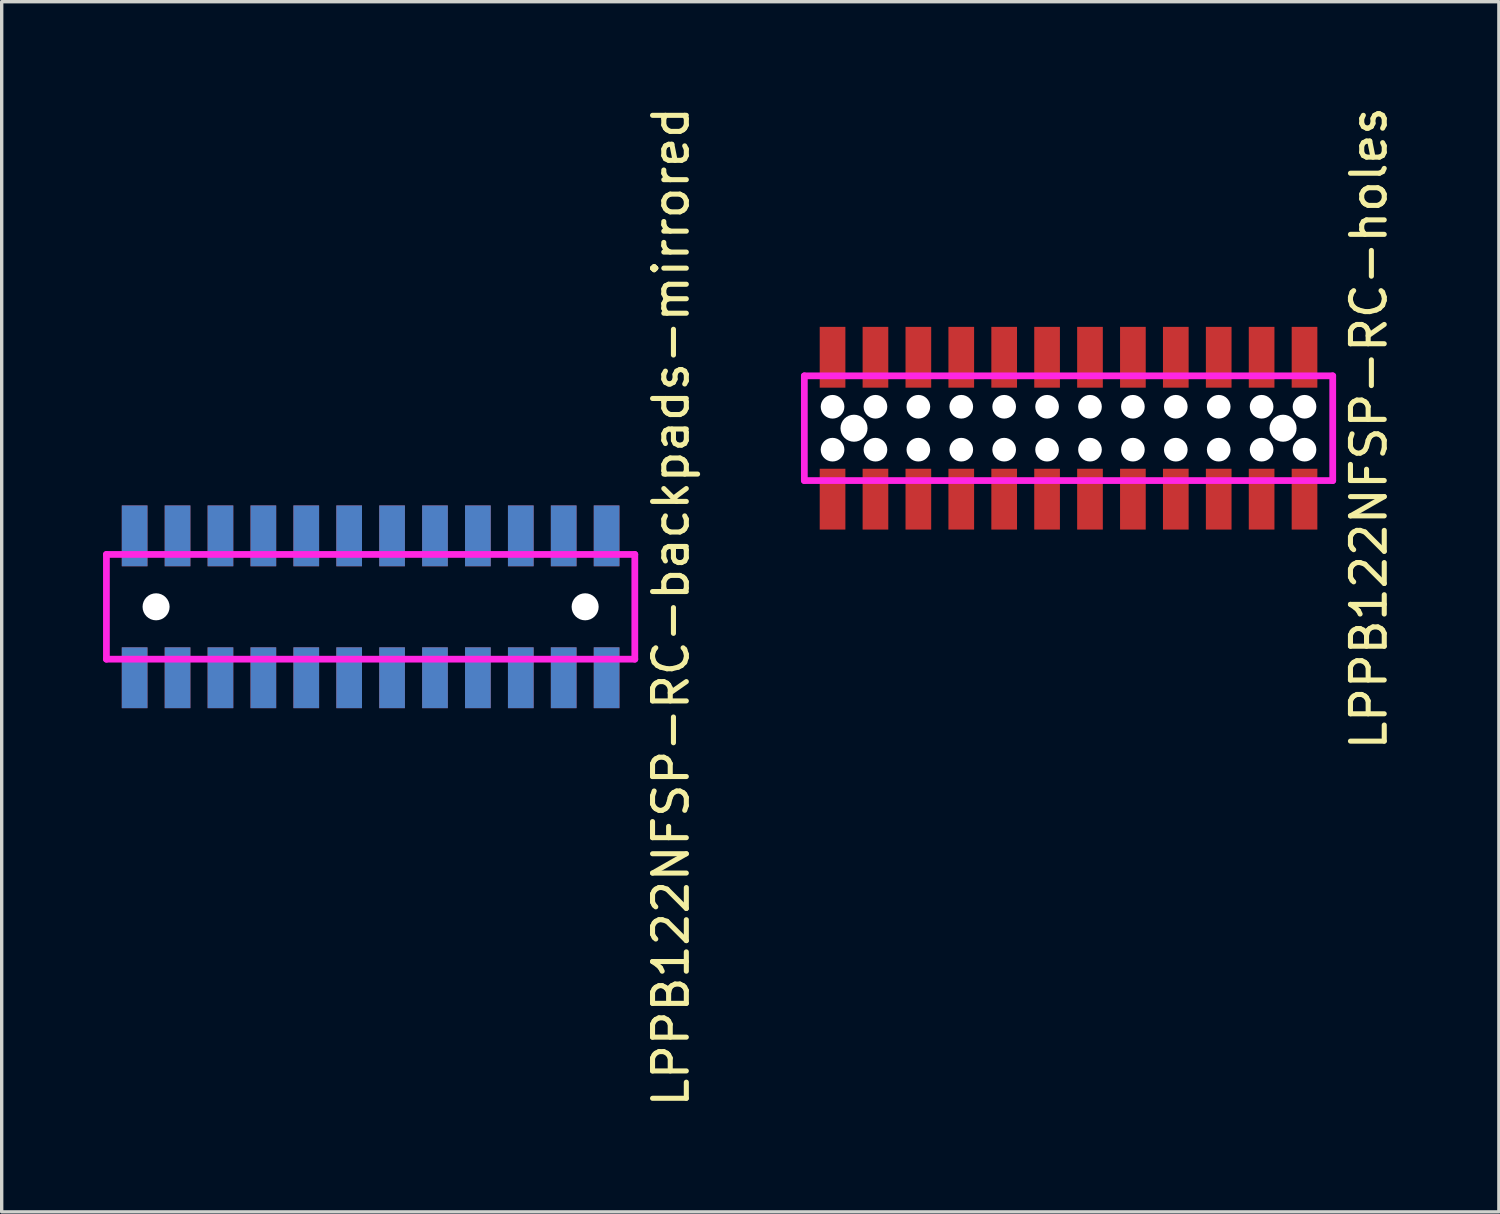
<source format=kicad_pcb>
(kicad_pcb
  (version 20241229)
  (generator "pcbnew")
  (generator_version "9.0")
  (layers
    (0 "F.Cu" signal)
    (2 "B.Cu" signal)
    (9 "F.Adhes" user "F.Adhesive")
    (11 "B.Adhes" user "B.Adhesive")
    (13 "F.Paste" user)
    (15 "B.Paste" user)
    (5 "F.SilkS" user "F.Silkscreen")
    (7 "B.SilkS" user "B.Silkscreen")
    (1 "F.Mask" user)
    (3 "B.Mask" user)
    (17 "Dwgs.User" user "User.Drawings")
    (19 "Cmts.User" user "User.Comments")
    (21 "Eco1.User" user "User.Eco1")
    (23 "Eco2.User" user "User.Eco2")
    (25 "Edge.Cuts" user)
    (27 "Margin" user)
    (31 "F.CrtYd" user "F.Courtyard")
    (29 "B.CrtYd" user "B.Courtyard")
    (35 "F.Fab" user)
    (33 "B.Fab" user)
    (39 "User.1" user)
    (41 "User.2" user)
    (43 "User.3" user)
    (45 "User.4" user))
  (footprint "LPPB122NFSP-RC-backpads-mirrored"
    (layer "F.Cu")
    (at 7.92 14.911)
    (property "Reference" "LPPB122NFSP-RC-backpads-mirrored" (at 8.89 0 90) (layer "F.SilkS") (effects (font (size 1 1) (thickness 0.15))))
    (attr through_hole)
    (fp_line (start -7.82 -1.55) (end 7.82 -1.55) (stroke (width 0.2) (type solid)) (layer "F.CrtYd"))
    (fp_line (start -7.82 1.55) (end -7.82 -1.55) (stroke (width 0.2) (type solid)) (layer "F.CrtYd"))
    (fp_line (start 7.82 -1.55) (end 7.82 1.55) (stroke (width 0.2) (type solid)) (layer "F.CrtYd"))
    (fp_line (start 7.82 1.55) (end -7.82 1.55) (stroke (width 0.2) (type solid)) (layer "F.CrtYd"))
    (pad "" smd rect (at -6.985 -2.1) (size 0.76 1.8) (layers "B.Cu" "B.Mask" "B.Paste"))
    (pad "" smd rect (at -6.985 2.1) (size 0.76 1.8) (layers "B.Cu" "B.Mask" "B.Paste"))
    (pad "" np_thru_hole circle (at -6.35 0) (size 0.8 0.8) (drill 0.8) (layers "*.Cu"))
    (pad "" smd rect (at -5.715 -2.1) (size 0.76 1.8) (layers "B.Cu" "B.Mask" "B.Paste"))
    (pad "" smd rect (at -5.715 2.1) (size 0.76 1.8) (layers "B.Cu" "B.Mask" "B.Paste"))
    (pad "" smd rect (at -4.445 -2.1) (size 0.76 1.8) (layers "B.Cu" "B.Mask" "B.Paste"))
    (pad "" smd rect (at -4.445 2.1) (size 0.76 1.8) (layers "B.Cu" "B.Mask" "B.Paste"))
    (pad "" smd rect (at -3.175 -2.1) (size 0.76 1.8) (layers "B.Cu" "B.Mask" "B.Paste"))
    (pad "" smd rect (at -3.175 2.1) (size 0.76 1.8) (layers "B.Cu" "B.Mask" "B.Paste"))
    (pad "" smd rect (at -1.905 -2.1) (size 0.76 1.8) (layers "B.Cu" "B.Mask" "B.Paste"))
    (pad "" smd rect (at -1.905 2.1) (size 0.76 1.8) (layers "B.Cu" "B.Mask" "B.Paste"))
    (pad "" smd rect (at -0.635 -2.1) (size 0.76 1.8) (layers "B.Cu" "B.Mask" "B.Paste"))
    (pad "" smd rect (at -0.635 2.1) (size 0.76 1.8) (layers "B.Cu" "B.Mask" "B.Paste"))
    (pad "" smd rect (at 0.635 -2.1) (size 0.76 1.8) (layers "B.Cu" "B.Mask" "B.Paste"))
    (pad "" smd rect (at 0.635 2.1) (size 0.76 1.8) (layers "B.Cu" "B.Mask" "B.Paste"))
    (pad "" smd rect (at 1.905 -2.1) (size 0.76 1.8) (layers "B.Cu" "B.Mask" "B.Paste"))
    (pad "" smd rect (at 1.905 2.1) (size 0.76 1.8) (layers "B.Cu" "B.Mask" "B.Paste"))
    (pad "" smd rect (at 3.175 -2.1) (size 0.76 1.8) (layers "B.Cu" "B.Mask" "B.Paste"))
    (pad "" smd rect (at 3.175 2.1) (size 0.76 1.8) (layers "B.Cu" "B.Mask" "B.Paste"))
    (pad "" smd rect (at 4.445 -2.1) (size 0.76 1.8) (layers "B.Cu" "B.Mask" "B.Paste"))
    (pad "" smd rect (at 4.445 2.1) (size 0.76 1.8) (layers "B.Cu" "B.Mask" "B.Paste"))
    (pad "" smd rect (at 5.715 -2.1) (size 0.76 1.8) (layers "B.Cu" "B.Mask" "B.Paste"))
    (pad "" smd rect (at 5.715 2.1) (size 0.76 1.8) (layers "B.Cu" "B.Mask" "B.Paste"))
    (pad "" np_thru_hole circle (at 6.35 0) (size 0.8 0.8) (drill 0.8) (layers "*.Cu"))
    (pad "" smd rect (at 6.985 -2.1) (size 0.76 1.8) (layers "B.Cu" "B.Mask" "B.Paste"))
    (pad "" smd rect (at 6.985 2.1) (size 0.76 1.8) (layers "B.Cu" "B.Mask" "B.Paste"))
    (pad "1" smd rect (at -6.985 -2.1) (size 0.76 1.8) (layers "F.Cu" "F.Mask" "F.Paste"))
    (pad "2" smd rect (at -6.985 2.1) (size 0.76 1.8) (layers "F.Cu" "F.Mask" "F.Paste"))
    (pad "3" smd rect (at -5.715 -2.1) (size 0.76 1.8) (layers "F.Cu" "F.Mask" "F.Paste"))
    (pad "4" smd rect (at -5.715 2.1) (size 0.76 1.8) (layers "F.Cu" "F.Mask" "F.Paste"))
    (pad "5" smd rect (at -4.445 -2.1) (size 0.76 1.8) (layers "F.Cu" "F.Mask" "F.Paste"))
    (pad "6" smd rect (at -4.445 2.1) (size 0.76 1.8) (layers "F.Cu" "F.Mask" "F.Paste"))
    (pad "7" smd rect (at -3.175 -2.1) (size 0.76 1.8) (layers "F.Cu" "F.Mask" "F.Paste"))
    (pad "8" smd rect (at -3.175 2.1) (size 0.76 1.8) (layers "F.Cu" "F.Mask" "F.Paste"))
    (pad "9" smd rect (at -1.905 -2.1) (size 0.76 1.8) (layers "F.Cu" "F.Mask" "F.Paste"))
    (pad "10" smd rect (at -1.905 2.1) (size 0.76 1.8) (layers "F.Cu" "F.Mask" "F.Paste"))
    (pad "11" smd rect (at -0.635 -2.1) (size 0.76 1.8) (layers "F.Cu" "F.Mask" "F.Paste"))
    (pad "12" smd rect (at -0.635 2.1) (size 0.76 1.8) (layers "F.Cu" "F.Mask" "F.Paste"))
    (pad "13" smd rect (at 0.635 -2.1) (size 0.76 1.8) (layers "F.Cu" "F.Mask" "F.Paste"))
    (pad "14" smd rect (at 0.635 2.1) (size 0.76 1.8) (layers "F.Cu" "F.Mask" "F.Paste"))
    (pad "15" smd rect (at 1.905 -2.1) (size 0.76 1.8) (layers "F.Cu" "F.Mask" "F.Paste"))
    (pad "16" smd rect (at 1.905 2.1) (size 0.76 1.8) (layers "F.Cu" "F.Mask" "F.Paste"))
    (pad "17" smd rect (at 3.175 -2.1) (size 0.76 1.8) (layers "F.Cu" "F.Mask" "F.Paste"))
    (pad "18" smd rect (at 3.175 2.1) (size 0.76 1.8) (layers "F.Cu" "F.Mask" "F.Paste"))
    (pad "19" smd rect (at 4.445 -2.1) (size 0.76 1.8) (layers "F.Cu" "F.Mask" "F.Paste"))
    (pad "20" smd rect (at 4.445 2.1) (size 0.76 1.8) (layers "F.Cu" "F.Mask" "F.Paste"))
    (pad "21" smd rect (at 5.715 -2.1) (size 0.76 1.8) (layers "F.Cu" "F.Mask" "F.Paste"))
    (pad "22" smd rect (at 5.715 2.1) (size 0.76 1.8) (layers "F.Cu" "F.Mask" "F.Paste"))
    (pad "23" smd rect (at 6.985 -2.1) (size 0.76 1.8) (layers "F.Cu" "F.Mask" "F.Paste"))
    (pad "24" smd rect (at 6.985 2.1) (size 0.76 1.8) (layers "F.Cu" "F.Mask" "F.Paste")))
  (footprint "LPPB122NFSP-RC-holes"
    (layer "F.Cu")
    (at 28.578 9.625)
    (property "Reference" "LPPB122NFSP-RC-holes" (at 8.89 0 90) (layer "F.SilkS") (effects (font (size 1 1) (thickness 0.15))))
    (attr through_hole)
    (fp_line (start -7.82 -1.55) (end 7.82 -1.55) (stroke (width 0.2) (type solid)) (layer "F.CrtYd"))
    (fp_line (start -7.82 1.55) (end -7.82 -1.55) (stroke (width 0.2) (type solid)) (layer "F.CrtYd"))
    (fp_line (start 7.82 -1.55) (end 7.82 1.55) (stroke (width 0.2) (type solid)) (layer "F.CrtYd"))
    (fp_line (start 7.82 1.55) (end -7.82 1.55) (stroke (width 0.2) (type solid)) (layer "F.CrtYd"))
    (pad "" np_thru_hole circle (at -6.985 -0.635) (size 0.7 0.7) (drill 0.7) (layers "*.Cu"))
    (pad "" np_thru_hole circle (at -6.985 0.635) (size 0.7 0.7) (drill 0.7) (layers "*.Cu"))
    (pad "" np_thru_hole circle (at -6.35 0) (size 0.8 0.8) (drill 0.8) (layers "*.Cu"))
    (pad "" np_thru_hole circle (at -5.715 -0.635) (size 0.7 0.7) (drill 0.7) (layers "*.Cu"))
    (pad "" np_thru_hole circle (at -5.715 0.635) (size 0.7 0.7) (drill 0.7) (layers "*.Cu"))
    (pad "" np_thru_hole circle (at -4.445 -0.635) (size 0.7 0.7) (drill 0.7) (layers "*.Cu"))
    (pad "" np_thru_hole circle (at -4.445 0.635) (size 0.7 0.7) (drill 0.7) (layers "*.Cu"))
    (pad "" np_thru_hole circle (at -3.175 -0.635) (size 0.7 0.7) (drill 0.7) (layers "*.Cu"))
    (pad "" np_thru_hole circle (at -3.175 0.635) (size 0.7 0.7) (drill 0.7) (layers "*.Cu"))
    (pad "" np_thru_hole circle (at -1.905 -0.635) (size 0.7 0.7) (drill 0.7) (layers "*.Cu"))
    (pad "" np_thru_hole circle (at -1.905 0.635) (size 0.7 0.7) (drill 0.7) (layers "*.Cu"))
    (pad "" np_thru_hole circle (at -0.635 -0.635) (size 0.7 0.7) (drill 0.7) (layers "*.Cu"))
    (pad "" np_thru_hole circle (at -0.635 0.635) (size 0.7 0.7) (drill 0.7) (layers "*.Cu"))
    (pad "" np_thru_hole circle (at 0.635 -0.635) (size 0.7 0.7) (drill 0.7) (layers "*.Cu"))
    (pad "" np_thru_hole circle (at 0.635 0.635) (size 0.7 0.7) (drill 0.7) (layers "*.Cu"))
    (pad "" np_thru_hole circle (at 1.905 -0.635) (size 0.7 0.7) (drill 0.7) (layers "*.Cu"))
    (pad "" np_thru_hole circle (at 1.905 0.635) (size 0.7 0.7) (drill 0.7) (layers "*.Cu"))
    (pad "" np_thru_hole circle (at 3.175 -0.635) (size 0.7 0.7) (drill 0.7) (layers "*.Cu"))
    (pad "" np_thru_hole circle (at 3.175 0.635) (size 0.7 0.7) (drill 0.7) (layers "*.Cu"))
    (pad "" np_thru_hole circle (at 4.445 -0.635) (size 0.7 0.7) (drill 0.7) (layers "*.Cu"))
    (pad "" np_thru_hole circle (at 4.445 0.635) (size 0.7 0.7) (drill 0.7) (layers "*.Cu"))
    (pad "" np_thru_hole circle (at 5.715 -0.635) (size 0.7 0.7) (drill 0.7) (layers "*.Cu"))
    (pad "" np_thru_hole circle (at 5.715 0.635) (size 0.7 0.7) (drill 0.7) (layers "*.Cu"))
    (pad "" np_thru_hole circle (at 6.35 0) (size 0.8 0.8) (drill 0.8) (layers "*.Cu"))
    (pad "" np_thru_hole circle (at 6.985 -0.635) (size 0.7 0.7) (drill 0.7) (layers "*.Cu"))
    (pad "" np_thru_hole circle (at 6.985 0.635) (size 0.7 0.7) (drill 0.7) (layers "*.Cu"))
    (pad "1" smd rect (at -6.985 2.1) (size 0.76 1.8) (layers "F.Cu" "F.Mask" "F.Paste"))
    (pad "2" smd rect (at -6.985 -2.1) (size 0.76 1.8) (layers "F.Cu" "F.Mask" "F.Paste"))
    (pad "3" smd rect (at -5.715 2.1) (size 0.76 1.8) (layers "F.Cu" "F.Mask" "F.Paste"))
    (pad "4" smd rect (at -5.715 -2.1) (size 0.76 1.8) (layers "F.Cu" "F.Mask" "F.Paste"))
    (pad "5" smd rect (at -4.445 2.1) (size 0.76 1.8) (layers "F.Cu" "F.Mask" "F.Paste"))
    (pad "6" smd rect (at -4.445 -2.1) (size 0.76 1.8) (layers "F.Cu" "F.Mask" "F.Paste"))
    (pad "7" smd rect (at -3.175 2.1) (size 0.76 1.8) (layers "F.Cu" "F.Mask" "F.Paste"))
    (pad "8" smd rect (at -3.175 -2.1) (size 0.76 1.8) (layers "F.Cu" "F.Mask" "F.Paste"))
    (pad "9" smd rect (at -1.905 2.1) (size 0.76 1.8) (layers "F.Cu" "F.Mask" "F.Paste"))
    (pad "10" smd rect (at -1.905 -2.1) (size 0.76 1.8) (layers "F.Cu" "F.Mask" "F.Paste"))
    (pad "11" smd rect (at -0.635 2.1) (size 0.76 1.8) (layers "F.Cu" "F.Mask" "F.Paste"))
    (pad "12" smd rect (at -0.635 -2.1) (size 0.76 1.8) (layers "F.Cu" "F.Mask" "F.Paste"))
    (pad "13" smd rect (at 0.635 2.1) (size 0.76 1.8) (layers "F.Cu" "F.Mask" "F.Paste"))
    (pad "14" smd rect (at 0.635 -2.1) (size 0.76 1.8) (layers "F.Cu" "F.Mask" "F.Paste"))
    (pad "15" smd rect (at 1.905 2.1) (size 0.76 1.8) (layers "F.Cu" "F.Mask" "F.Paste"))
    (pad "16" smd rect (at 1.905 -2.1) (size 0.76 1.8) (layers "F.Cu" "F.Mask" "F.Paste"))
    (pad "17" smd rect (at 3.175 2.1) (size 0.76 1.8) (layers "F.Cu" "F.Mask" "F.Paste"))
    (pad "18" smd rect (at 3.175 -2.1) (size 0.76 1.8) (layers "F.Cu" "F.Mask" "F.Paste"))
    (pad "19" smd rect (at 4.445 2.1) (size 0.76 1.8) (layers "F.Cu" "F.Mask" "F.Paste"))
    (pad "20" smd rect (at 4.445 -2.1) (size 0.76 1.8) (layers "F.Cu" "F.Mask" "F.Paste"))
    (pad "21" smd rect (at 5.715 2.1) (size 0.76 1.8) (layers "F.Cu" "F.Mask" "F.Paste"))
    (pad "22" smd rect (at 5.715 -2.1) (size 0.76 1.8) (layers "F.Cu" "F.Mask" "F.Paste"))
    (pad "23" smd rect (at 6.985 2.1) (size 0.76 1.8) (layers "F.Cu" "F.Mask" "F.Paste"))
    (pad "24" smd rect (at 6.985 -2.1) (size 0.76 1.8) (layers "F.Cu" "F.Mask" "F.Paste")))
  (gr_rect
    (start -3 -3)
    (end 41.316 32.821)
    (stroke (width 0.1) (type default))
    (fill no)
    (layer "Edge.Cuts")))
</source>
